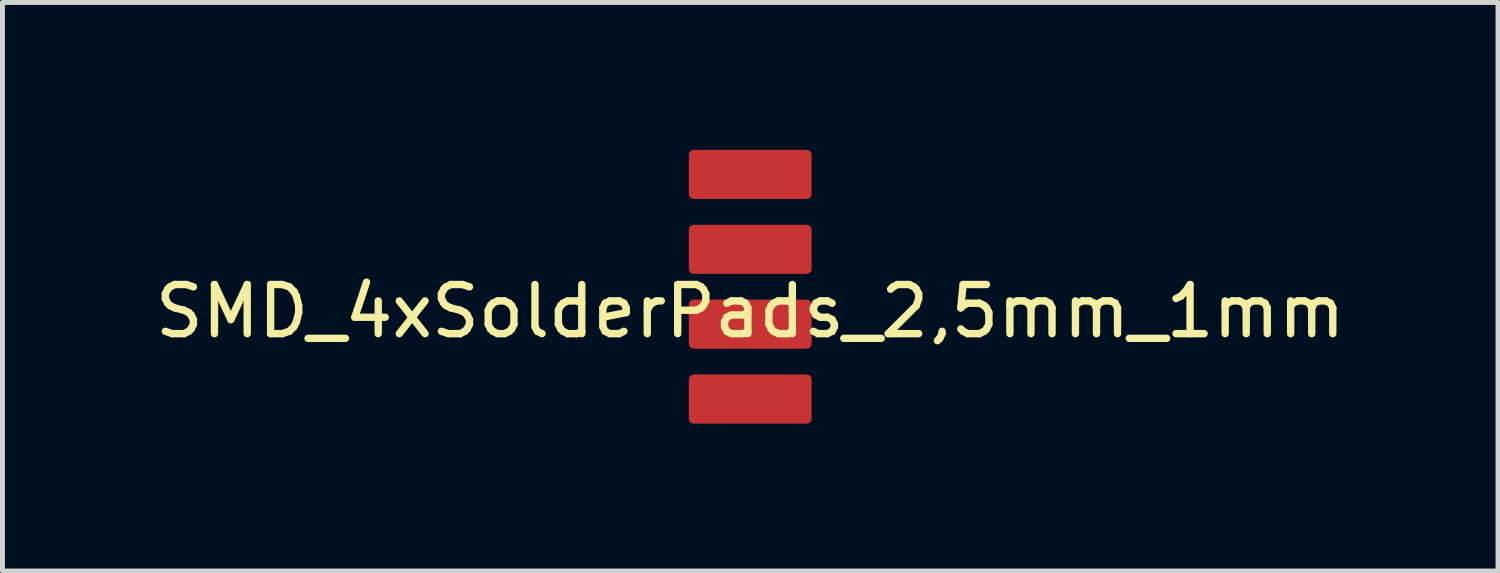
<source format=kicad_pcb>
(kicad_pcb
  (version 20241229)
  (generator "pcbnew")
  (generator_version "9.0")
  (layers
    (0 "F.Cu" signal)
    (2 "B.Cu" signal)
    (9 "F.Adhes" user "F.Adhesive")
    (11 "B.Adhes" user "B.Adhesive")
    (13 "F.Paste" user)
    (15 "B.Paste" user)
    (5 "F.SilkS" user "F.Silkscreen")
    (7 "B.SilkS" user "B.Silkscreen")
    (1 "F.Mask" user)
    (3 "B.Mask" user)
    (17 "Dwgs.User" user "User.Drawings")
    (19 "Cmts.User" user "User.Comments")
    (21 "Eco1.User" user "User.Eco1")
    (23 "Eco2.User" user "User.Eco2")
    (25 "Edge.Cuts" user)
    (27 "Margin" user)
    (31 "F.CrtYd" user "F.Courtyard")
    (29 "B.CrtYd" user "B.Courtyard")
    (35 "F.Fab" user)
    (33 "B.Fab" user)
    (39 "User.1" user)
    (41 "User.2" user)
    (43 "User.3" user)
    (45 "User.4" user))
  (footprint "SMD_4xSolderPads_2,5mm_1mm"
    (layer "F.Cu")
    (at 12.22 2.786)
    (property "Reference" "SMD_4xSolderPads_2,5mm_1mm" (at 0 0.5 0) (layer "F.SilkS") (effects (font (size 1 1) (thickness 0.15))))
    (attr through_hole)
    (pad "1" smd roundrect (at 0 -2.286) (size 2.5 1) (layers "F.Cu" "F.Mask" "F.Paste") (roundrect_rratio 0.1))
    (pad "2" smd roundrect (at 0 -0.762) (size 2.5 1) (layers "F.Cu" "F.Mask" "F.Paste") (roundrect_rratio 0.1))
    (pad "3" smd roundrect (at 0 0.762) (size 2.5 1) (layers "F.Cu" "F.Mask" "F.Paste") (roundrect_rratio 0.1))
    (pad "4" smd roundrect (at 0 2.286) (size 2.5 1) (layers "F.Cu" "F.Mask" "F.Paste") (roundrect_rratio 0.1)))
  (gr_rect
    (start -3 -3)
    (end 27.44 8.572)
    (stroke (width 0.1) (type default))
    (fill no)
    (layer "Edge.Cuts")))
</source>
